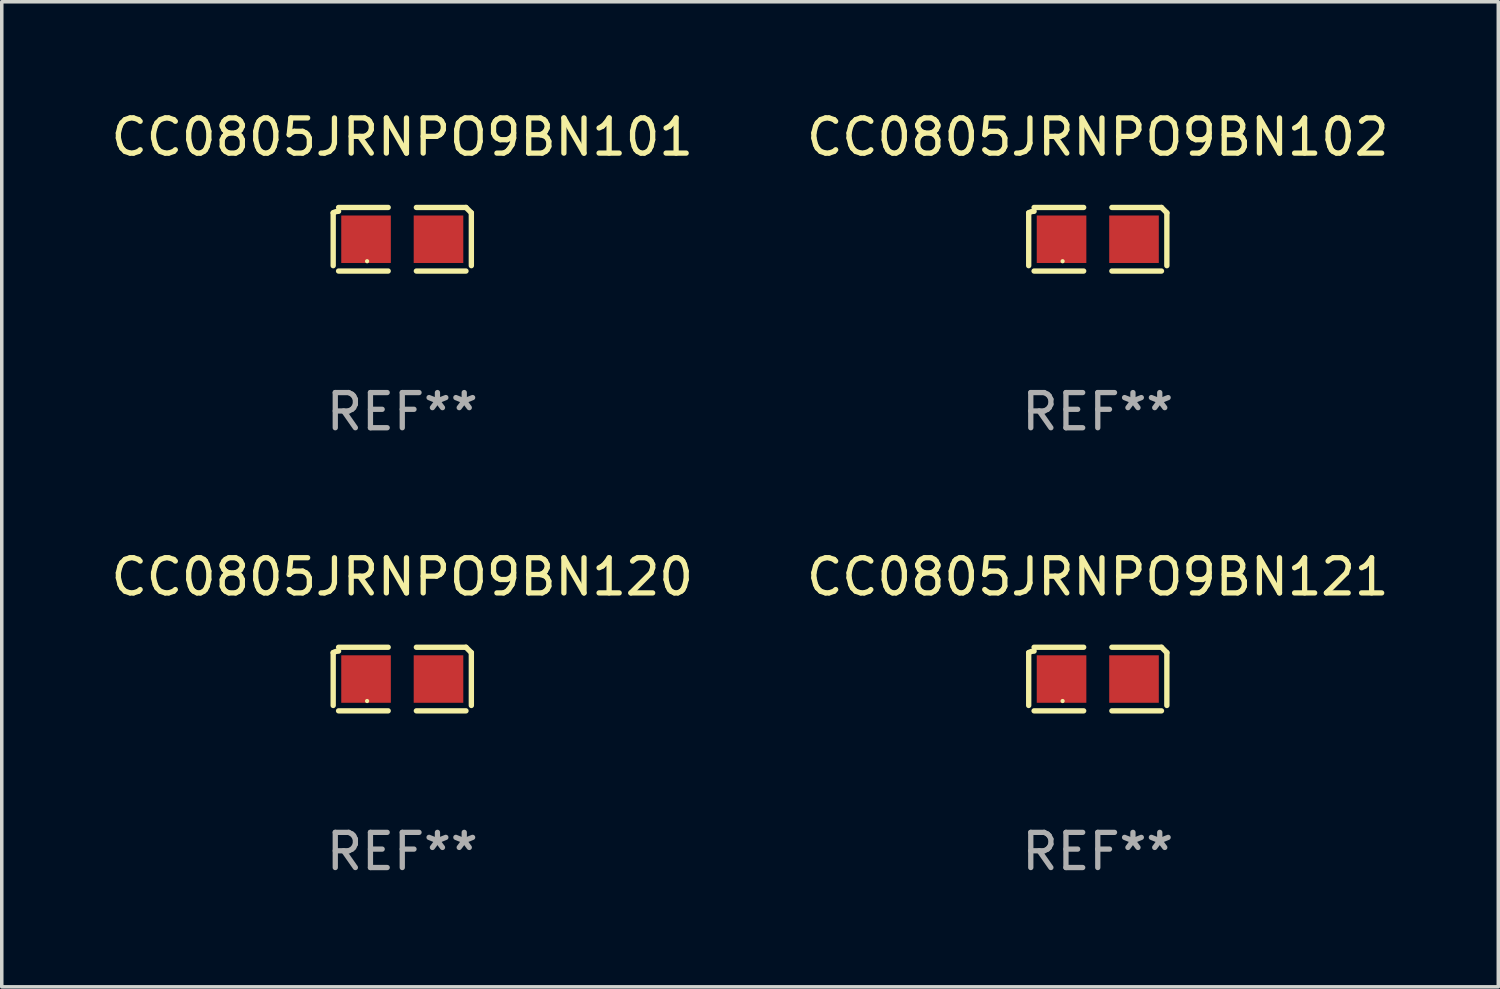
<source format=kicad_pcb>
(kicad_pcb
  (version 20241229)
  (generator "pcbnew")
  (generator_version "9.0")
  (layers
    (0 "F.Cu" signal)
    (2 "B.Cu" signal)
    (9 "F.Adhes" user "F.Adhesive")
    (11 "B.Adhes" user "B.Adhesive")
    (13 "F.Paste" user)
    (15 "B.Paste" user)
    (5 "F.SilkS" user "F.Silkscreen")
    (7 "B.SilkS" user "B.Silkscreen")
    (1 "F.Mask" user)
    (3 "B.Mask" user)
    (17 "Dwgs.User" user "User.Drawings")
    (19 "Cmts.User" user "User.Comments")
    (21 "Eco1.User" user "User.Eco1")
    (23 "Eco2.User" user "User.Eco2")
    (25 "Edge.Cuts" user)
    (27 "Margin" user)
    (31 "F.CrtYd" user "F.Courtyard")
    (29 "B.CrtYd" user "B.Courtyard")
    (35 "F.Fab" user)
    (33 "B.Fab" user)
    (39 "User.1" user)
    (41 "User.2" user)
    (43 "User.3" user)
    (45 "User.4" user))
  (footprint "CC0805JRNPO9BN120"
    (layer "F.Cu")
    (at 8.387 16.256)
    (property "Reference" "CC0805JRNPO9BN120" (at 0 -2.904 0) (layer "F.SilkS") (effects (font (size 1 1) (thickness 0.15))))
    (attr through_hole)
    (fp_line (start -1.964 0.751) (end -1.964 -0.751) (stroke (width 0.152) (type solid)) (layer "F.SilkS"))
    (fp_line (start -1.811 -0.904) (end -0.401 -0.904) (stroke (width 0.152) (type solid)) (layer "F.SilkS"))
    (fp_line (start -0.401 0.904) (end -1.811 0.904) (stroke (width 0.152) (type solid)) (layer "F.SilkS"))
    (fp_line (start 0.401 0.904) (end 1.811 0.904) (stroke (width 0.152) (type solid)) (layer "F.SilkS"))
    (fp_line (start 1.811 -0.904) (end 0.401 -0.904) (stroke (width 0.152) (type solid)) (layer "F.SilkS"))
    (fp_line (start 1.964 0.751) (end 1.964 -0.751) (stroke (width 0.152) (type solid)) (layer "F.SilkS"))
    (fp_arc (start -1.963602 -0.751207) (mid -1.890354 -0.783131) (end -1.811201 -0.794044) (stroke (width 0.1524) (type solid)) (layer "F.SilkS"))
    (fp_arc (start 1.811202 -0.903607) (mid 1.887413 -0.827418) (end 1.963602 -0.751207) (stroke (width 0.1524) (type solid)) (layer "F.SilkS"))
    (fp_circle (center -1 0.625) (end -0.97 0.625) (stroke (width 0.06) (type solid)) (fill no) (layer "F.SilkS"))
    (fp_text user "REF**" (at 0 4.904 0) (layer "F.Fab") (effects (font (size 1 1) (thickness 0.15))))
    (pad "1" smd rect (at -1.03 0) (size 1.41 1.35) (layers "F.Cu" "F.Mask" "F.Paste"))
    (pad "2" smd rect (at 1.03 0) (size 1.41 1.35) (layers "F.Cu" "F.Mask" "F.Paste")))
  (footprint "CC0805JRNPO9BN121"
    (layer "F.Cu")
    (at 28.161 16.256)
    (property "Reference" "CC0805JRNPO9BN121" (at 0 -2.904 0) (layer "F.SilkS") (effects (font (size 1 1) (thickness 0.15))))
    (attr through_hole)
    (fp_line (start -1.964 0.751) (end -1.964 -0.751) (stroke (width 0.152) (type solid)) (layer "F.SilkS"))
    (fp_line (start -1.811 -0.904) (end -0.401 -0.904) (stroke (width 0.152) (type solid)) (layer "F.SilkS"))
    (fp_line (start -0.401 0.904) (end -1.811 0.904) (stroke (width 0.152) (type solid)) (layer "F.SilkS"))
    (fp_line (start 0.401 0.904) (end 1.811 0.904) (stroke (width 0.152) (type solid)) (layer "F.SilkS"))
    (fp_line (start 1.811 -0.904) (end 0.401 -0.904) (stroke (width 0.152) (type solid)) (layer "F.SilkS"))
    (fp_line (start 1.964 0.751) (end 1.964 -0.751) (stroke (width 0.152) (type solid)) (layer "F.SilkS"))
    (fp_arc (start -1.963602 -0.751207) (mid -1.890354 -0.783131) (end -1.811201 -0.794044) (stroke (width 0.1524) (type solid)) (layer "F.SilkS"))
    (fp_arc (start 1.811202 -0.903607) (mid 1.887413 -0.827418) (end 1.963602 -0.751207) (stroke (width 0.1524) (type solid)) (layer "F.SilkS"))
    (fp_circle (center -1 0.625) (end -0.97 0.625) (stroke (width 0.06) (type solid)) (fill no) (layer "F.SilkS"))
    (fp_text user "REF**" (at 0 4.904 0) (layer "F.Fab") (effects (font (size 1 1) (thickness 0.15))))
    (pad "1" smd rect (at -1.03 0) (size 1.41 1.35) (layers "F.Cu" "F.Mask" "F.Paste"))
    (pad "2" smd rect (at 1.03 0) (size 1.41 1.35) (layers "F.Cu" "F.Mask" "F.Paste")))
  (footprint "CC0805JRNPO9BN101"
    (layer "F.Cu")
    (at 8.387 3.752)
    (property "Reference" "CC0805JRNPO9BN101" (at 0 -2.904 0) (layer "F.SilkS") (effects (font (size 1 1) (thickness 0.15))))
    (attr through_hole)
    (fp_line (start -1.964 0.751) (end -1.964 -0.751) (stroke (width 0.152) (type solid)) (layer "F.SilkS"))
    (fp_line (start -1.811 -0.904) (end -0.401 -0.904) (stroke (width 0.152) (type solid)) (layer "F.SilkS"))
    (fp_line (start -0.401 0.904) (end -1.811 0.904) (stroke (width 0.152) (type solid)) (layer "F.SilkS"))
    (fp_line (start 0.401 0.904) (end 1.811 0.904) (stroke (width 0.152) (type solid)) (layer "F.SilkS"))
    (fp_line (start 1.811 -0.904) (end 0.401 -0.904) (stroke (width 0.152) (type solid)) (layer "F.SilkS"))
    (fp_line (start 1.964 0.751) (end 1.964 -0.751) (stroke (width 0.152) (type solid)) (layer "F.SilkS"))
    (fp_arc (start -1.963602 -0.751207) (mid -1.890354 -0.783131) (end -1.811201 -0.794044) (stroke (width 0.1524) (type solid)) (layer "F.SilkS"))
    (fp_arc (start 1.811202 -0.903607) (mid 1.887413 -0.827418) (end 1.963602 -0.751207) (stroke (width 0.1524) (type solid)) (layer "F.SilkS"))
    (fp_circle (center -1 0.625) (end -0.97 0.625) (stroke (width 0.06) (type solid)) (fill no) (layer "F.SilkS"))
    (fp_text user "REF**" (at 0 4.904 0) (layer "F.Fab") (effects (font (size 1 1) (thickness 0.15))))
    (pad "1" smd rect (at -1.03 0) (size 1.41 1.35) (layers "F.Cu" "F.Mask" "F.Paste"))
    (pad "2" smd rect (at 1.03 0) (size 1.41 1.35) (layers "F.Cu" "F.Mask" "F.Paste")))
  (footprint "CC0805JRNPO9BN102"
    (layer "F.Cu")
    (at 28.161 3.752)
    (property "Reference" "CC0805JRNPO9BN102" (at 0 -2.904 0) (layer "F.SilkS") (effects (font (size 1 1) (thickness 0.15))))
    (attr through_hole)
    (fp_line (start -1.964 0.751) (end -1.964 -0.751) (stroke (width 0.152) (type solid)) (layer "F.SilkS"))
    (fp_line (start -1.811 -0.904) (end -0.401 -0.904) (stroke (width 0.152) (type solid)) (layer "F.SilkS"))
    (fp_line (start -0.401 0.904) (end -1.811 0.904) (stroke (width 0.152) (type solid)) (layer "F.SilkS"))
    (fp_line (start 0.401 0.904) (end 1.811 0.904) (stroke (width 0.152) (type solid)) (layer "F.SilkS"))
    (fp_line (start 1.811 -0.904) (end 0.401 -0.904) (stroke (width 0.152) (type solid)) (layer "F.SilkS"))
    (fp_line (start 1.964 0.751) (end 1.964 -0.751) (stroke (width 0.152) (type solid)) (layer "F.SilkS"))
    (fp_arc (start -1.963602 -0.751207) (mid -1.890354 -0.783131) (end -1.811201 -0.794044) (stroke (width 0.1524) (type solid)) (layer "F.SilkS"))
    (fp_arc (start 1.811202 -0.903607) (mid 1.887413 -0.827418) (end 1.963602 -0.751207) (stroke (width 0.1524) (type solid)) (layer "F.SilkS"))
    (fp_circle (center -1 0.625) (end -0.97 0.625) (stroke (width 0.06) (type solid)) (fill no) (layer "F.SilkS"))
    (fp_text user "REF**" (at 0 4.904 0) (layer "F.Fab") (effects (font (size 1 1) (thickness 0.15))))
    (pad "1" smd rect (at -1.03 0) (size 1.41 1.35) (layers "F.Cu" "F.Mask" "F.Paste"))
    (pad "2" smd rect (at 1.03 0) (size 1.41 1.35) (layers "F.Cu" "F.Mask" "F.Paste")))
  (gr_rect
    (start -3 -3)
    (end 39.548 25.007)
    (stroke (width 0.1) (type default))
    (fill no)
    (layer "Edge.Cuts")))
</source>
